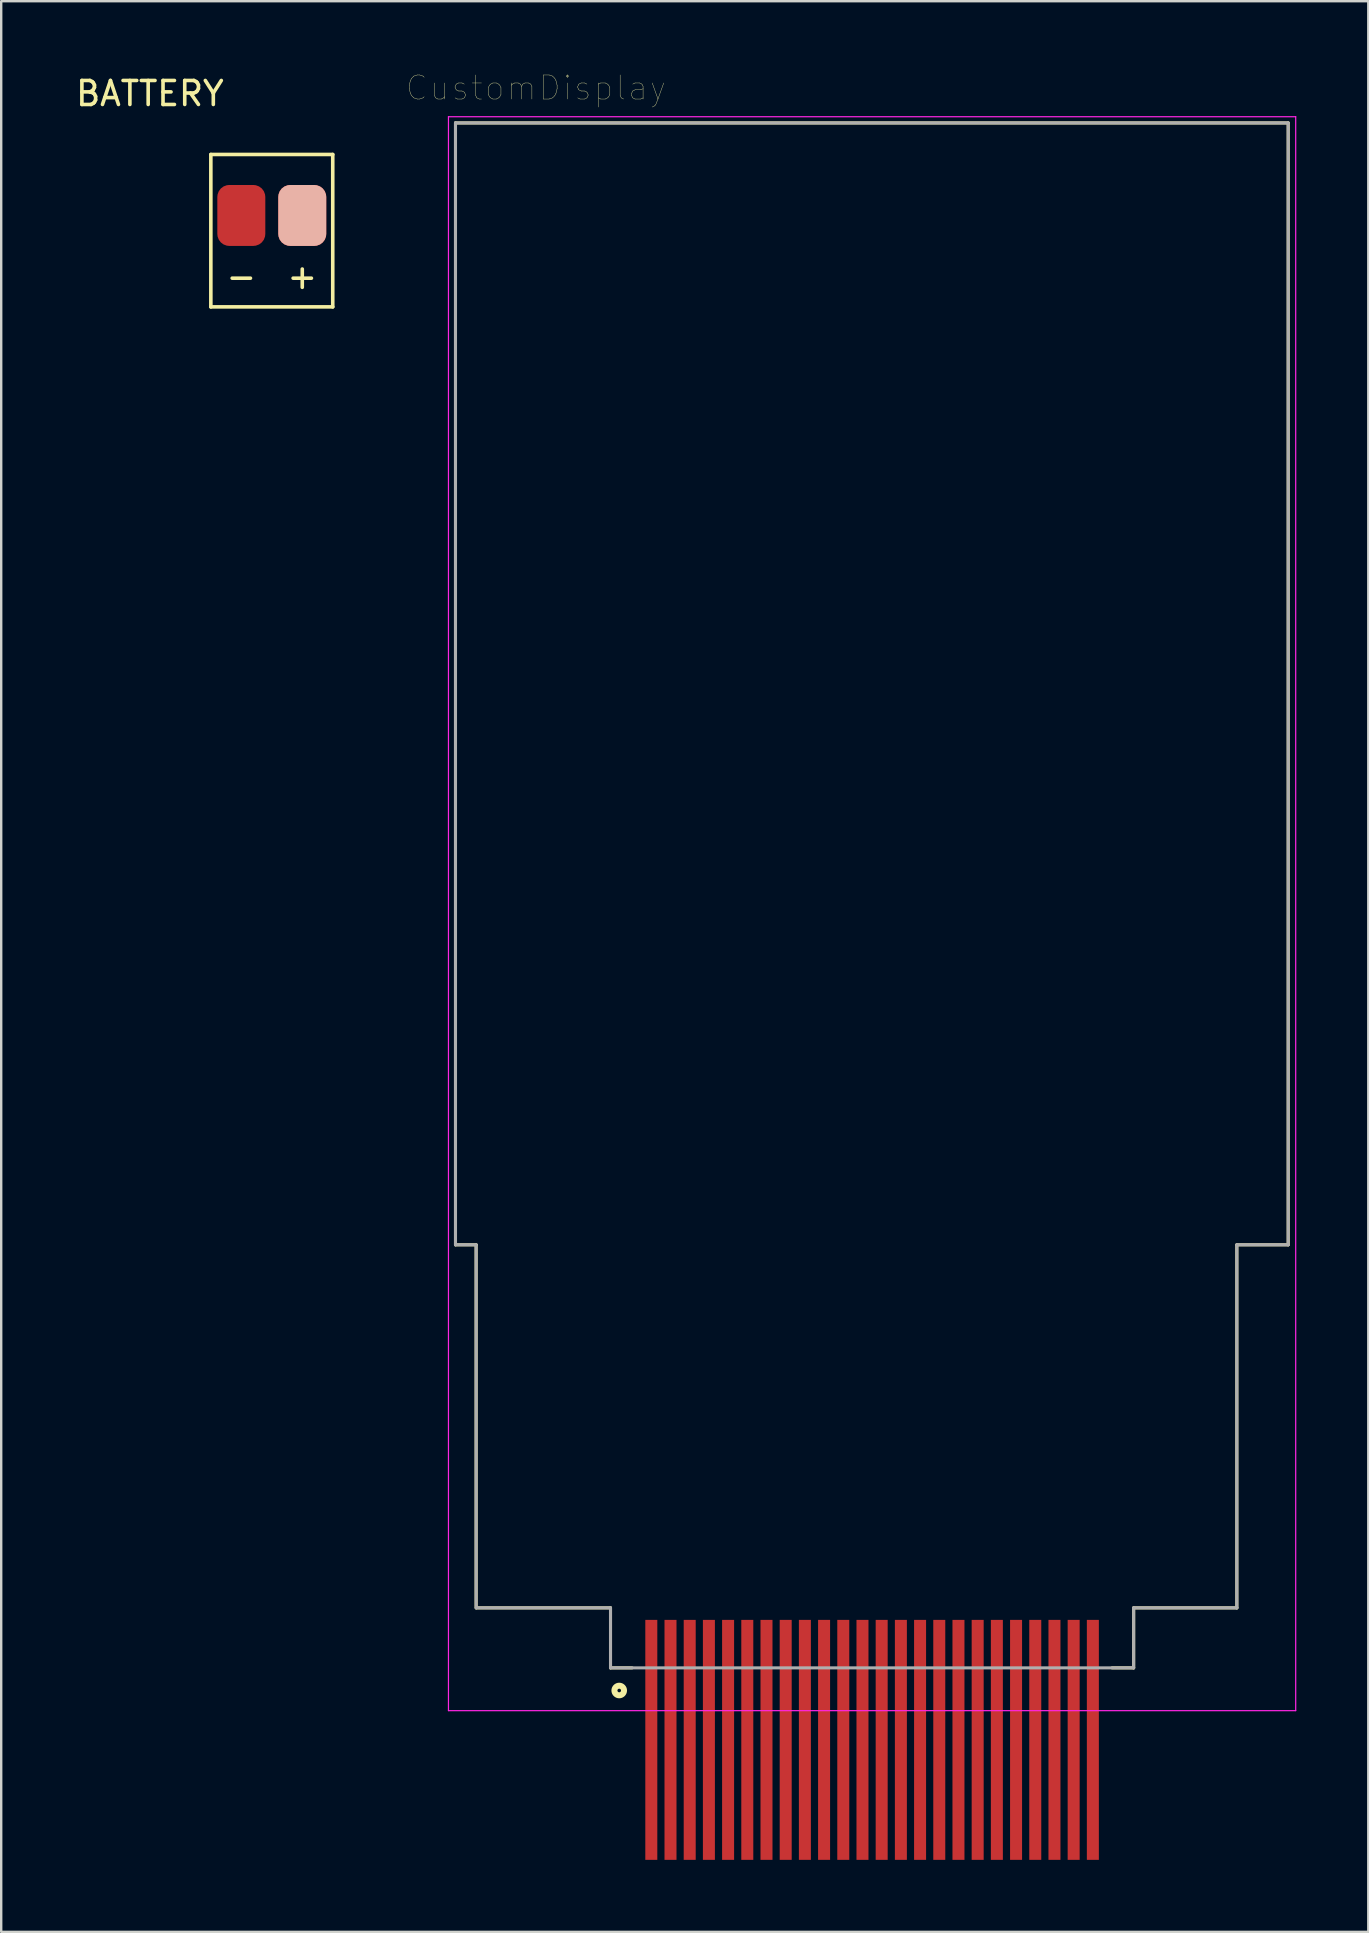
<source format=kicad_pcb>
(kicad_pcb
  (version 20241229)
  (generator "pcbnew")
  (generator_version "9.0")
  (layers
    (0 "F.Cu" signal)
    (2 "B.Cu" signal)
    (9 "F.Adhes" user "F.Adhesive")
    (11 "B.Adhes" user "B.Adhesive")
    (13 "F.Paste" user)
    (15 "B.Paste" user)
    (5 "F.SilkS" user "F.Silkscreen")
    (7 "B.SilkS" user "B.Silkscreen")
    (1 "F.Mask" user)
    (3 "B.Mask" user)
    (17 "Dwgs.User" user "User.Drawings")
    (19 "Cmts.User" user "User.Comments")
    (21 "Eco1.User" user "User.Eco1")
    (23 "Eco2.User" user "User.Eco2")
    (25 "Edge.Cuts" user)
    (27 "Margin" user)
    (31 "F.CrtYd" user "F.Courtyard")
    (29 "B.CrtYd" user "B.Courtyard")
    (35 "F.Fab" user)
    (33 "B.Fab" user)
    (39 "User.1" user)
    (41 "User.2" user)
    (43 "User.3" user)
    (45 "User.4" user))
  (footprint "BATTERY"
    (layer "F.Cu")
    (at 8.276 5.928)
    (property "Reference" "BATTERY" (at -5.08 -5.08 0) (layer "F.SilkS") (effects (font (size 1 1) (thickness 0.15))))
    (attr through_hole)
    (fp_line (start -2.54 -2.54) (end 2.54 -2.54) (stroke (width 0.15) (type solid)) (layer "F.SilkS"))
    (fp_line (start -2.54 3.81) (end -2.54 -2.54) (stroke (width 0.15) (type solid)) (layer "F.SilkS"))
    (fp_line (start 2.54 -2.54) (end 2.54 3.81) (stroke (width 0.15) (type solid)) (layer "F.SilkS"))
    (fp_line (start 2.54 3.81) (end -2.54 3.81) (stroke (width 0.15) (type solid)) (layer "F.SilkS"))
    (fp_text user "+" (at 1.27 2.54 0) (layer "F.SilkS") (effects (font (size 1 1) (thickness 0.15))))
    (fp_text user "-" (at -1.27 2.54 0) (layer "F.SilkS") (effects (font (size 1 1) (thickness 0.15))))
    (pad "1" smd roundrect (at -1.27 0) (size 2 2.54) (layers "F.Cu" "F.Mask" "F.Paste") (roundrect_rratio 0.25))
    (pad "2" smd roundrect (at 1.27 0) (size 2 2.54) (layers "F.Cu" "F.Mask" "B.SilkS" "F.Paste") (roundrect_rratio 0.25)))
  (footprint "CustomDisplay"
    (layer "F.Cu")
    (at 33.291 66.203)
    (property "Reference" "CustomDisplay" (at -14.009 -65.59 180) (layer "F.SilkS") (effects (font (size 1.003 1.003) (thickness 0.015))))
    (attr through_hole)
    (fp_line (start -17.36 -64.13) (end 17.34 -64.13) (stroke (width 0.127) (type solid)) (layer "F.SilkS"))
    (fp_line (start -17.36 -17.38) (end -17.36 -64.13) (stroke (width 0.127) (type solid)) (layer "F.SilkS"))
    (fp_line (start -16.5 -17.38) (end -17.36 -17.38) (stroke (width 0.127) (type solid)) (layer "F.SilkS"))
    (fp_line (start -16.5 -2.25) (end -16.5 -17.38) (stroke (width 0.127) (type solid)) (layer "F.SilkS"))
    (fp_line (start -10.9 -2.25) (end -16.49 -2.25) (stroke (width 0.127) (type solid)) (layer "F.SilkS"))
    (fp_line (start -10.9 0.25) (end -10.9 -2.25) (stroke (width 0.127) (type solid)) (layer "F.SilkS"))
    (fp_line (start -10.9 0.25) (end -10 0.25) (stroke (width 0.127) (type solid)) (layer "F.SilkS"))
    (fp_line (start 10.9 -2.25) (end 15.2 -2.25) (stroke (width 0.127) (type solid)) (layer "F.SilkS"))
    (fp_line (start 10.9 0.25) (end 10 0.25) (stroke (width 0.127) (type solid)) (layer "F.SilkS"))
    (fp_line (start 10.9 0.25) (end 10.9 -2.25) (stroke (width 0.127) (type solid)) (layer "F.SilkS"))
    (fp_line (start 15.2 -17.38) (end 17.34 -17.38) (stroke (width 0.127) (type solid)) (layer "F.SilkS"))
    (fp_line (start 15.2 -2.25) (end 15.2 -17.38) (stroke (width 0.127) (type solid)) (layer "F.SilkS"))
    (fp_line (start 17.34 -17.38) (end 17.34 -64.13) (stroke (width 0.127) (type solid)) (layer "F.SilkS"))
    (fp_circle (center -10.537 1.193) (end -10.337 1.193) (stroke (width 0.25) (type solid)) (fill no) (layer "F.SilkS"))
    (fp_line (start -17.653 -64.389) (end 17.653 -64.389) (stroke (width 0.05) (type solid)) (layer "F.CrtYd"))
    (fp_line (start -17.653 2.032) (end -17.653 -64.389) (stroke (width 0.05) (type solid)) (layer "F.CrtYd"))
    (fp_line (start 17.653 -64.389) (end 17.653 2.032) (stroke (width 0.05) (type solid)) (layer "F.CrtYd"))
    (fp_line (start 17.653 2.032) (end -17.653 2.032) (stroke (width 0.05) (type solid)) (layer "F.CrtYd"))
    (fp_line (start -17.36 -64.13) (end 17.34 -64.13) (stroke (width 0.127) (type solid)) (layer "F.Fab"))
    (fp_line (start -17.36 -17.38) (end -17.36 -64.13) (stroke (width 0.127) (type solid)) (layer "F.Fab"))
    (fp_line (start -16.5 -17.38) (end -17.36 -17.38) (stroke (width 0.127) (type solid)) (layer "F.Fab"))
    (fp_line (start -16.5 -2.25) (end -16.5 -17.38) (stroke (width 0.127) (type solid)) (layer "F.Fab"))
    (fp_line (start -10.9 -2.25) (end -16.49 -2.25) (stroke (width 0.127) (type solid)) (layer "F.Fab"))
    (fp_line (start -10.9 0.25) (end -10.9 -2.25) (stroke (width 0.127) (type solid)) (layer "F.Fab"))
    (fp_line (start -10.9 0.25) (end 10.9 0.25) (stroke (width 0.127) (type solid)) (layer "F.Fab"))
    (fp_line (start 10.9 -2.25) (end 15.2 -2.25) (stroke (width 0.127) (type solid)) (layer "F.Fab"))
    (fp_line (start 10.9 0.25) (end 10.9 -2.25) (stroke (width 0.127) (type solid)) (layer "F.Fab"))
    (fp_line (start 15.2 -17.38) (end 17.34 -17.38) (stroke (width 0.127) (type solid)) (layer "F.Fab"))
    (fp_line (start 15.2 -2.25) (end 15.2 -17.38) (stroke (width 0.127) (type solid)) (layer "F.Fab"))
    (fp_line (start 17.34 -17.38) (end 17.34 -64.13) (stroke (width 0.127) (type solid)) (layer "F.Fab"))
    (pad "1" smd rect (at -9.2 3.25) (size 0.5 10) (layers "F.Cu" "F.Mask" "F.Paste"))
    (pad "2" smd rect (at -8.4 3.25) (size 0.5 10) (layers "F.Cu" "F.Mask" "F.Paste"))
    (pad "3" smd rect (at -7.6 3.25) (size 0.5 10) (layers "F.Cu" "F.Mask" "F.Paste"))
    (pad "4" smd rect (at -6.8 3.25) (size 0.5 10) (layers "F.Cu" "F.Mask" "F.Paste"))
    (pad "5" smd rect (at -6 3.25) (size 0.5 10) (layers "F.Cu" "F.Mask" "F.Paste"))
    (pad "6" smd rect (at -5.2 3.25) (size 0.5 10) (layers "F.Cu" "F.Mask" "F.Paste"))
    (pad "7" smd rect (at -4.4 3.25) (size 0.5 10) (layers "F.Cu" "F.Mask" "F.Paste"))
    (pad "8" smd rect (at -3.6 3.25) (size 0.5 10) (layers "F.Cu" "F.Mask" "F.Paste"))
    (pad "9" smd rect (at -2.8 3.25) (size 0.5 10) (layers "F.Cu" "F.Mask" "F.Paste"))
    (pad "10" smd rect (at -2 3.25) (size 0.5 10) (layers "F.Cu" "F.Mask" "F.Paste"))
    (pad "11" smd rect (at -1.2 3.25) (size 0.5 10) (layers "F.Cu" "F.Mask" "F.Paste"))
    (pad "12" smd rect (at -0.4 3.25) (size 0.5 10) (layers "F.Cu" "F.Mask" "F.Paste"))
    (pad "13" smd rect (at 0.4 3.25) (size 0.5 10) (layers "F.Cu" "F.Mask" "F.Paste"))
    (pad "14" smd rect (at 1.2 3.25) (size 0.5 10) (layers "F.Cu" "F.Mask" "F.Paste"))
    (pad "15" smd rect (at 2 3.25) (size 0.5 10) (layers "F.Cu" "F.Mask" "F.Paste"))
    (pad "16" smd rect (at 2.8 3.25) (size 0.5 10) (layers "F.Cu" "F.Mask" "F.Paste"))
    (pad "17" smd rect (at 3.6 3.25) (size 0.5 10) (layers "F.Cu" "F.Mask" "F.Paste"))
    (pad "18" smd rect (at 4.4 3.25) (size 0.5 10) (layers "F.Cu" "F.Mask" "F.Paste"))
    (pad "19" smd rect (at 5.2 3.25) (size 0.5 10) (layers "F.Cu" "F.Mask" "F.Paste"))
    (pad "20" smd rect (at 6 3.25) (size 0.5 10) (layers "F.Cu" "F.Mask" "F.Paste"))
    (pad "21" smd rect (at 6.8 3.25) (size 0.5 10) (layers "F.Cu" "F.Mask" "F.Paste"))
    (pad "22" smd rect (at 7.6 3.25) (size 0.5 10) (layers "F.Cu" "F.Mask" "F.Paste"))
    (pad "23" smd rect (at 8.4 3.25) (size 0.5 10) (layers "F.Cu" "F.Mask" "F.Paste"))
    (pad "24" smd rect (at 9.2 3.25) (size 0.5 10) (layers "F.Cu" "F.Mask" "F.Paste")))
  (gr_rect
    (start -3 -3)
    (end 53.969 77.453)
    (stroke (width 0.1) (type default))
    (fill no)
    (layer "Edge.Cuts")))
</source>
